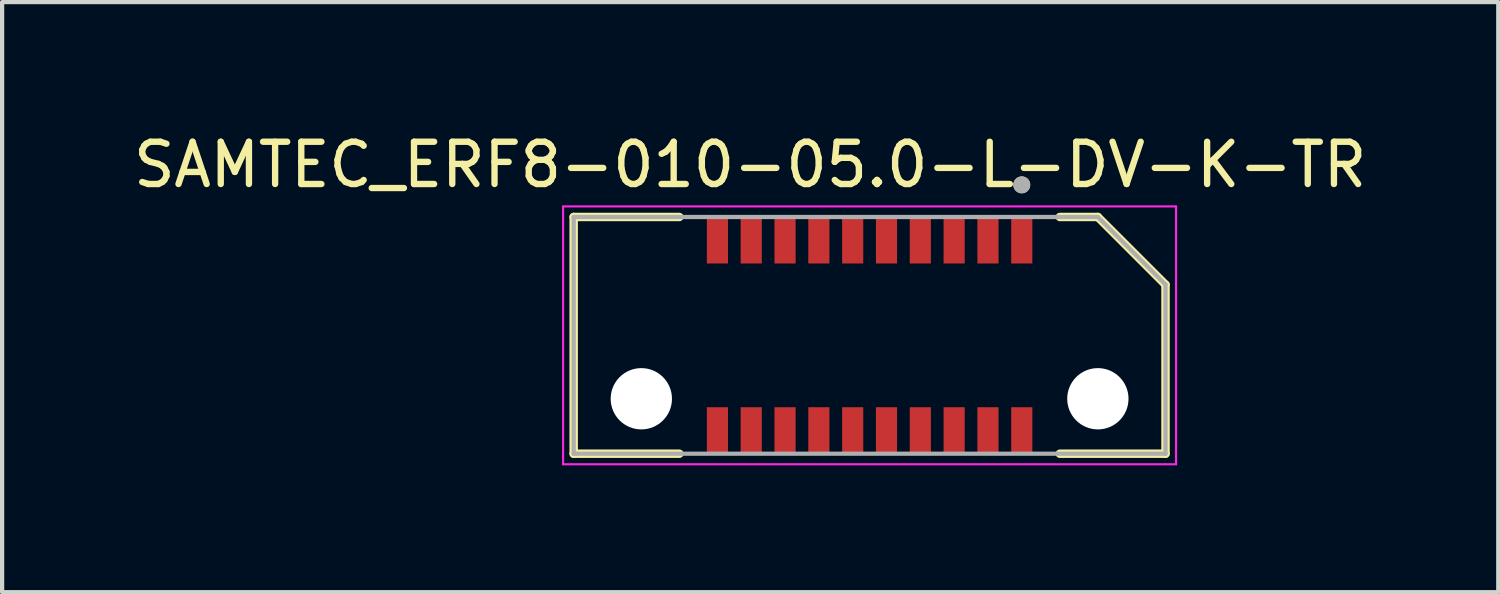
<source format=kicad_pcb>
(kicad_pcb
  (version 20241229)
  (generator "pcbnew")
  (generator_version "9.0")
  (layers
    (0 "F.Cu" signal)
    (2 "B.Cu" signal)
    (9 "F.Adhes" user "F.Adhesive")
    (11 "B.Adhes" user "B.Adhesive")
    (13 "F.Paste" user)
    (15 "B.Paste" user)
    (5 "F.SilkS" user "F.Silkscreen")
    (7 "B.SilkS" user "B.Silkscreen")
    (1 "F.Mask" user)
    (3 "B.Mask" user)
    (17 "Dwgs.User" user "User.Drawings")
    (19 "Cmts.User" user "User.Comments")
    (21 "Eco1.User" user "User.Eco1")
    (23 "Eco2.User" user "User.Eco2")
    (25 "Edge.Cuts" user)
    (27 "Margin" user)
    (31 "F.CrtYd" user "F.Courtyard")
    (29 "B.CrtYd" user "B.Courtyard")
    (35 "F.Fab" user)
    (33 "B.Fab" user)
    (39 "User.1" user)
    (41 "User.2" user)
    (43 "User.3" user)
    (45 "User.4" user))
  (footprint "SAMTEC_ERF8-010-05.0-L-DV-K-TR"
    (layer "F.Cu")
    (at 17.521 4.883)
    (property "Reference" "SAMTEC_ERF8-010-05.0-L-DV-K-TR" (at -2.825 -4.035 0) (layer "F.SilkS") (effects (font (size 1 1) (thickness 0.15))))
    (attr smd)
    (fp_line (start -7 -2.8) (end -4.5 -2.8) (stroke (width 0.2) (type solid)) (layer "F.SilkS"))
    (fp_line (start -7 2.8) (end -7 -2.8) (stroke (width 0.2) (type solid)) (layer "F.SilkS"))
    (fp_line (start -7 2.8) (end -4.5 2.8) (stroke (width 0.2) (type solid)) (layer "F.SilkS"))
    (fp_line (start 5.4 -2.8) (end 4.5 -2.8) (stroke (width 0.2) (type solid)) (layer "F.SilkS"))
    (fp_line (start 7 -1.2) (end 5.4 -2.8) (stroke (width 0.2) (type solid)) (layer "F.SilkS"))
    (fp_line (start 7 2.8) (end 4.5 2.8) (stroke (width 0.2) (type solid)) (layer "F.SilkS"))
    (fp_line (start 7 2.8) (end 7 -1.2) (stroke (width 0.2) (type solid)) (layer "F.SilkS"))
    (fp_circle (center 3.6 -3.56) (end 3.7 -3.56) (stroke (width 0.2) (type solid)) (fill no) (layer "F.SilkS"))
    (fp_line (start -7.25 -3.05) (end 7.25 -3.05) (stroke (width 0.05) (type solid)) (layer "F.CrtYd"))
    (fp_line (start -7.25 3.05) (end -7.25 -3.05) (stroke (width 0.05) (type solid)) (layer "F.CrtYd"))
    (fp_line (start 7.25 -3.05) (end 7.25 3.05) (stroke (width 0.05) (type solid)) (layer "F.CrtYd"))
    (fp_line (start 7.25 3.05) (end -7.25 3.05) (stroke (width 0.05) (type solid)) (layer "F.CrtYd"))
    (fp_line (start -7 -2.8) (end 5.4 -2.8) (stroke (width 0.1) (type solid)) (layer "F.Fab"))
    (fp_line (start -7 2.8) (end -7 -2.8) (stroke (width 0.1) (type solid)) (layer "F.Fab"))
    (fp_line (start 7 -1.2) (end 5.4 -2.8) (stroke (width 0.1) (type solid)) (layer "F.Fab"))
    (fp_line (start 7 -1.2) (end 7 2.8) (stroke (width 0.1) (type solid)) (layer "F.Fab"))
    (fp_line (start 7 2.8) (end -7 2.8) (stroke (width 0.1) (type solid)) (layer "F.Fab"))
    (fp_circle (center 3.6 -3.56) (end 3.7 -3.56) (stroke (width 0.2) (type solid)) (fill no) (layer "F.Fab"))
    (pad "" np_thru_hole circle (at -5.4 1.5) (size 1.45 1.45) (drill 1.45) (layers "*.Cu" "*.Mask"))
    (pad "" np_thru_hole circle (at 5.4 1.5) (size 1.45 1.45) (drill 1.45) (layers "*.Cu" "*.Mask"))
    (pad "01" smd rect (at 3.6 -2.25) (size 0.5 1.1) (layers "F.Cu" "F.Mask" "F.Paste"))
    (pad "02" smd rect (at 3.6 2.25) (size 0.5 1.1) (layers "F.Cu" "F.Mask" "F.Paste"))
    (pad "03" smd rect (at 2.8 -2.25) (size 0.5 1.1) (layers "F.Cu" "F.Mask" "F.Paste"))
    (pad "04" smd rect (at 2.8 2.25) (size 0.5 1.1) (layers "F.Cu" "F.Mask" "F.Paste"))
    (pad "05" smd rect (at 2 -2.25) (size 0.5 1.1) (layers "F.Cu" "F.Mask" "F.Paste"))
    (pad "06" smd rect (at 2 2.25) (size 0.5 1.1) (layers "F.Cu" "F.Mask" "F.Paste"))
    (pad "07" smd rect (at 1.2 -2.25) (size 0.5 1.1) (layers "F.Cu" "F.Mask" "F.Paste"))
    (pad "08" smd rect (at 1.2 2.25) (size 0.5 1.1) (layers "F.Cu" "F.Mask" "F.Paste"))
    (pad "09" smd rect (at 0.4 -2.25) (size 0.5 1.1) (layers "F.Cu" "F.Mask" "F.Paste"))
    (pad "10" smd rect (at 0.4 2.25) (size 0.5 1.1) (layers "F.Cu" "F.Mask" "F.Paste"))
    (pad "11" smd rect (at -0.4 -2.25) (size 0.5 1.1) (layers "F.Cu" "F.Mask" "F.Paste"))
    (pad "12" smd rect (at -0.4 2.25) (size 0.5 1.1) (layers "F.Cu" "F.Mask" "F.Paste"))
    (pad "13" smd rect (at -1.2 -2.25) (size 0.5 1.1) (layers "F.Cu" "F.Mask" "F.Paste"))
    (pad "14" smd rect (at -1.2 2.25) (size 0.5 1.1) (layers "F.Cu" "F.Mask" "F.Paste"))
    (pad "15" smd rect (at -2 -2.25) (size 0.5 1.1) (layers "F.Cu" "F.Mask" "F.Paste"))
    (pad "16" smd rect (at -2 2.25) (size 0.5 1.1) (layers "F.Cu" "F.Mask" "F.Paste"))
    (pad "17" smd rect (at -2.8 -2.25) (size 0.5 1.1) (layers "F.Cu" "F.Mask" "F.Paste"))
    (pad "18" smd rect (at -2.8 2.25) (size 0.5 1.1) (layers "F.Cu" "F.Mask" "F.Paste"))
    (pad "19" smd rect (at -3.6 -2.25) (size 0.5 1.1) (layers "F.Cu" "F.Mask" "F.Paste"))
    (pad "20" smd rect (at -3.6 2.25) (size 0.5 1.1) (layers "F.Cu" "F.Mask" "F.Paste")))
  (gr_rect
    (start -3 -3)
    (end 32.393 10.958)
    (stroke (width 0.1) (type default))
    (fill no)
    (layer "Edge.Cuts")))
</source>
